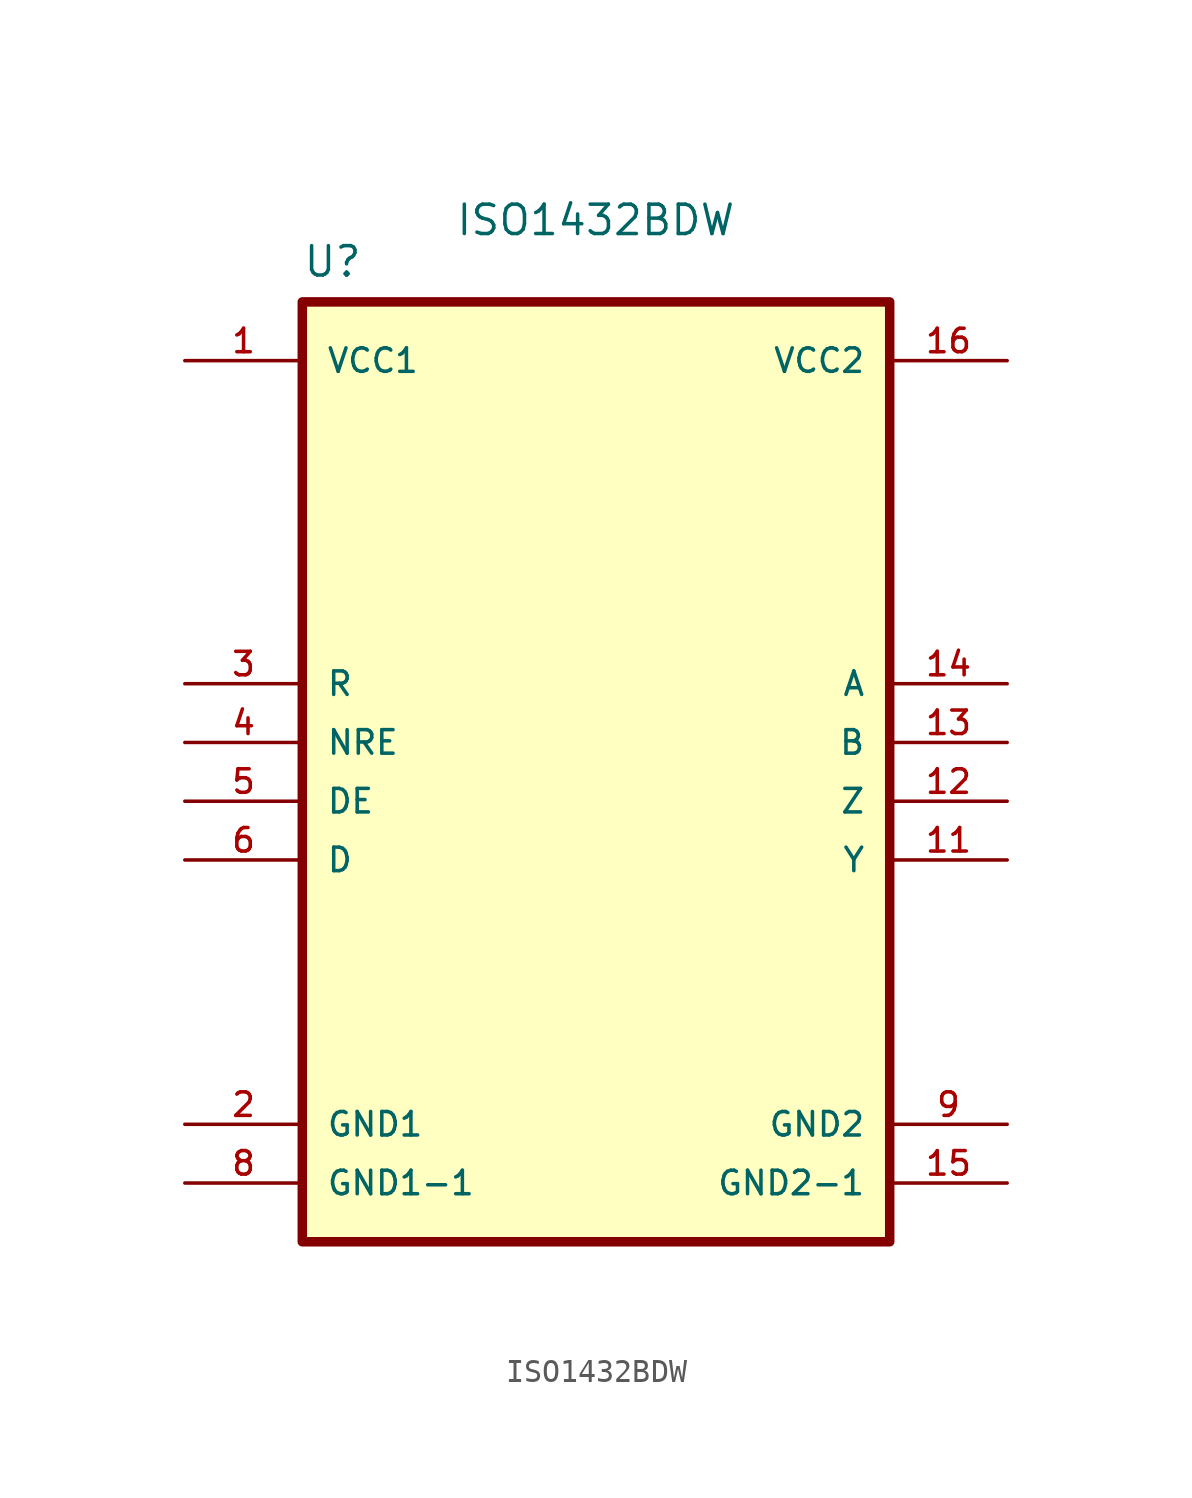
<source format=kicad_sym>
(kicad_symbol_lib
  (version 20231120)
  (generator "kicad_symbol_editor")
  (generator_version "8.0")
  (symbol "ISO1432BDW"
    (pin_names
      (offset 1.016))
    (property "Reference" "U"
      (at -12.7 21.32 0)
      (effects (font (size 1.27 1.27)) (justify left bottom)))
    (property "Value" "ISO1432BDW"
      (at -6.096 23.114 0)
      (effects (font (size 1.27 1.27)) (justify left bottom)))
    (symbol "ISO1432BDW_0_0"
      (rectangle (start -12.7 20.32) (end 12.7 -20.32) (stroke (width 0.41) (type default)) (fill (type background)))
      (pin power_in line (at -17.78 17.78 0) (length 5.08) (name "VCC1" (effects (font (size 1.016 1.016)))) (number "1" (effects (font (size 1.016 1.016)))))
      (pin output line (at 17.78 -3.81 180) (length 5.08) (name "Y" (effects (font (size 1.016 1.016)))) (number "11" (effects (font (size 1.016 1.016)))))
      (pin bidirectional line (at 17.78 -1.27 180) (length 5.08) (name "Z" (effects (font (size 1.016 1.016)))) (number "12" (effects (font (size 1.016 1.016)))))
      (pin input line (at 17.78 1.27 180) (length 5.08) (name "B" (effects (font (size 1.016 1.016)))) (number "13" (effects (font (size 1.016 1.016)))))
      (pin input line (at 17.78 3.81 180) (length 5.08) (name "A" (effects (font (size 1.016 1.016)))) (number "14" (effects (font (size 1.016 1.016)))))
      (pin power_in line (at 17.78 -17.78 180) (length 5.08) (name "GND2-1" (effects (font (size 1.016 1.016)))) (number "15" (effects (font (size 1.016 1.016)))))
      (pin power_in line (at 17.78 17.78 180) (length 5.08) (name "VCC2" (effects (font (size 1.016 1.016)))) (number "16" (effects (font (size 1.016 1.016)))))
      (pin power_in line (at -17.78 -15.24 0) (length 5.08) (name "GND1" (effects (font (size 1.016 1.016)))) (number "2" (effects (font (size 1.016 1.016)))))
      (pin output line (at -17.78 3.81 0) (length 5.08) (name "R" (effects (font (size 1.016 1.016)))) (number "3" (effects (font (size 1.016 1.016)))))
      (pin input line (at -17.78 1.27 0) (length 5.08) (name "NRE" (effects (font (size 1.016 1.016)))) (number "4" (effects (font (size 1.016 1.016)))))
      (pin input line (at -17.78 -1.27 0) (length 5.08) (name "DE" (effects (font (size 1.016 1.016)))) (number "5" (effects (font (size 1.016 1.016)))))
      (pin input line (at -17.78 -3.81 0) (length 5.08) (name "D" (effects (font (size 1.016 1.016)))) (number "6" (effects (font (size 1.016 1.016)))))
      (pin power_in line (at -17.78 -17.78 0) (length 5.08) (name "GND1-1" (effects (font (size 1.016 1.016)))) (number "8" (effects (font (size 1.016 1.016)))))
      (pin power_in line (at 17.78 -15.24 180) (length 5.08) (name "GND2" (effects (font (size 1.016 1.016)))) (number "9" (effects (font (size 1.016 1.016))))))))
</source>
